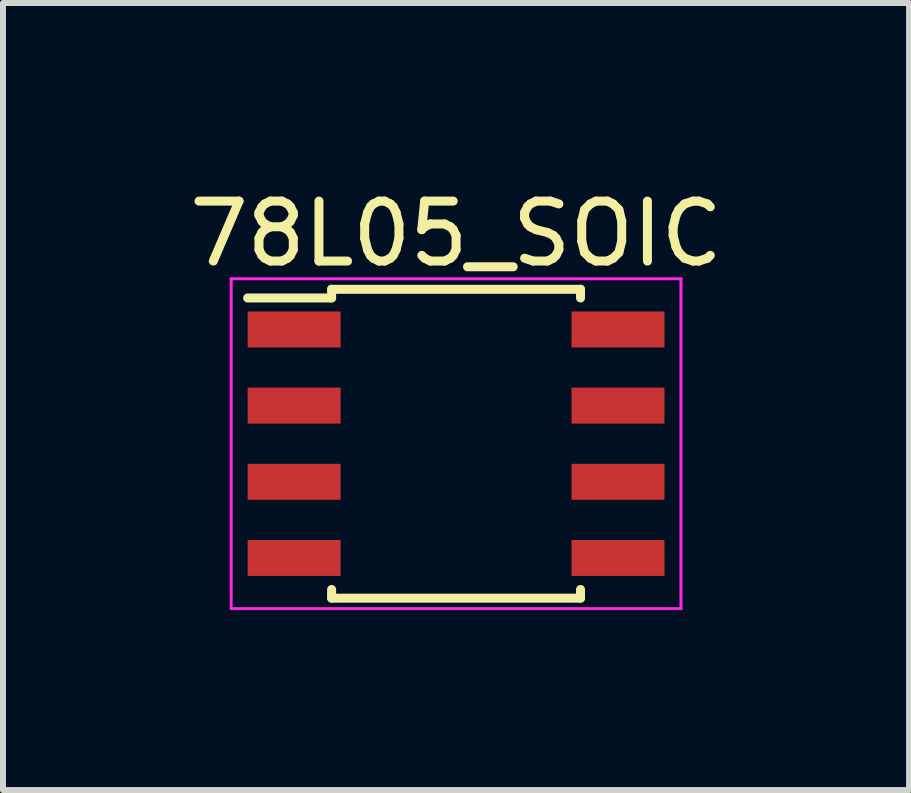
<source format=kicad_pcb>
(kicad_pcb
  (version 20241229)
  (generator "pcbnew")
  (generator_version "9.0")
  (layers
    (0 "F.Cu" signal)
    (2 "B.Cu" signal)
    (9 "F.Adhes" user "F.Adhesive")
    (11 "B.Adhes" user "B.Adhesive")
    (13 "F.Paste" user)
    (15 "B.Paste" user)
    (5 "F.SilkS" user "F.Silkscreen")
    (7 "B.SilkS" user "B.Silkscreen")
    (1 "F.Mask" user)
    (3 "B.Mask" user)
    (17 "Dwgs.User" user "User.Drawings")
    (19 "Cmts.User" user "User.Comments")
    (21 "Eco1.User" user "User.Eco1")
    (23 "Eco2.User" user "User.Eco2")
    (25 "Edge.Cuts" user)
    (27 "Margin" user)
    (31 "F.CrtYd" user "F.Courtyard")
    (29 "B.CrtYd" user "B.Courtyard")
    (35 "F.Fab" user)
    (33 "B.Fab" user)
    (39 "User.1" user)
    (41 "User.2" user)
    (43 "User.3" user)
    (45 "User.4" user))
  (footprint "78L05_SOIC"
    (layer "F.Cu")
    (at 4.554 4.348)
    (property "Reference" "78L05_SOIC" (at 0 -3.5 0) (layer "F.SilkS") (effects (font (size 1 1) (thickness 0.15))))
    (attr smd)
    (fp_line (start -2.075 -2.575) (end -2.075 -2.43) (stroke (width 0.15) (type solid)) (layer "F.SilkS"))
    (fp_line (start -2.075 -2.575) (end 2.075 -2.575) (stroke (width 0.15) (type solid)) (layer "F.SilkS"))
    (fp_line (start -2.075 -2.43) (end -3.475 -2.43) (stroke (width 0.15) (type solid)) (layer "F.SilkS"))
    (fp_line (start -2.075 2.575) (end -2.075 2.43) (stroke (width 0.15) (type solid)) (layer "F.SilkS"))
    (fp_line (start -2.075 2.575) (end 2.075 2.575) (stroke (width 0.15) (type solid)) (layer "F.SilkS"))
    (fp_line (start 2.075 -2.575) (end 2.075 -2.43) (stroke (width 0.15) (type solid)) (layer "F.SilkS"))
    (fp_line (start 2.075 2.575) (end 2.075 2.43) (stroke (width 0.15) (type solid)) (layer "F.SilkS"))
    (fp_line (start -3.75 -2.75) (end -3.75 2.75) (stroke (width 0.05) (type solid)) (layer "F.CrtYd"))
    (fp_line (start -3.75 -2.75) (end 3.75 -2.75) (stroke (width 0.05) (type solid)) (layer "F.CrtYd"))
    (fp_line (start -3.75 2.75) (end 3.75 2.75) (stroke (width 0.05) (type solid)) (layer "F.CrtYd"))
    (fp_line (start 3.75 -2.75) (end 3.75 2.75) (stroke (width 0.05) (type solid)) (layer "F.CrtYd"))
    (pad "GND" smd rect (at -2.7 -0.635) (size 1.55 0.6) (layers "F.Cu" "F.Mask" "F.Paste"))
    (pad "GND" smd rect (at -2.7 0.635) (size 1.55 0.6) (layers "F.Cu" "F.Mask" "F.Paste"))
    (pad "GND" smd rect (at 2.7 -0.635) (size 1.55 0.6) (layers "F.Cu" "F.Mask" "F.Paste"))
    (pad "GND" smd rect (at 2.7 0.635) (size 1.55 0.6) (layers "F.Cu" "F.Mask" "F.Paste"))
    (pad "NC" smd rect (at -2.7 1.905) (size 1.55 0.6) (layers "F.Cu" "F.Mask" "F.Paste"))
    (pad "NC" smd rect (at 2.7 1.905) (size 1.55 0.6) (layers "F.Cu" "F.Mask" "F.Paste"))
    (pad "VI" smd rect (at 2.7 -1.905) (size 1.55 0.6) (layers "F.Cu" "F.Mask" "F.Paste"))
    (pad "VO" smd rect (at -2.7 -1.905) (size 1.55 0.6) (layers "F.Cu" "F.Mask" "F.Paste")))
  (gr_rect
    (start -3 -3)
    (end 12.107 10.123)
    (stroke (width 0.1) (type default))
    (fill no)
    (layer "Edge.Cuts")))
</source>
